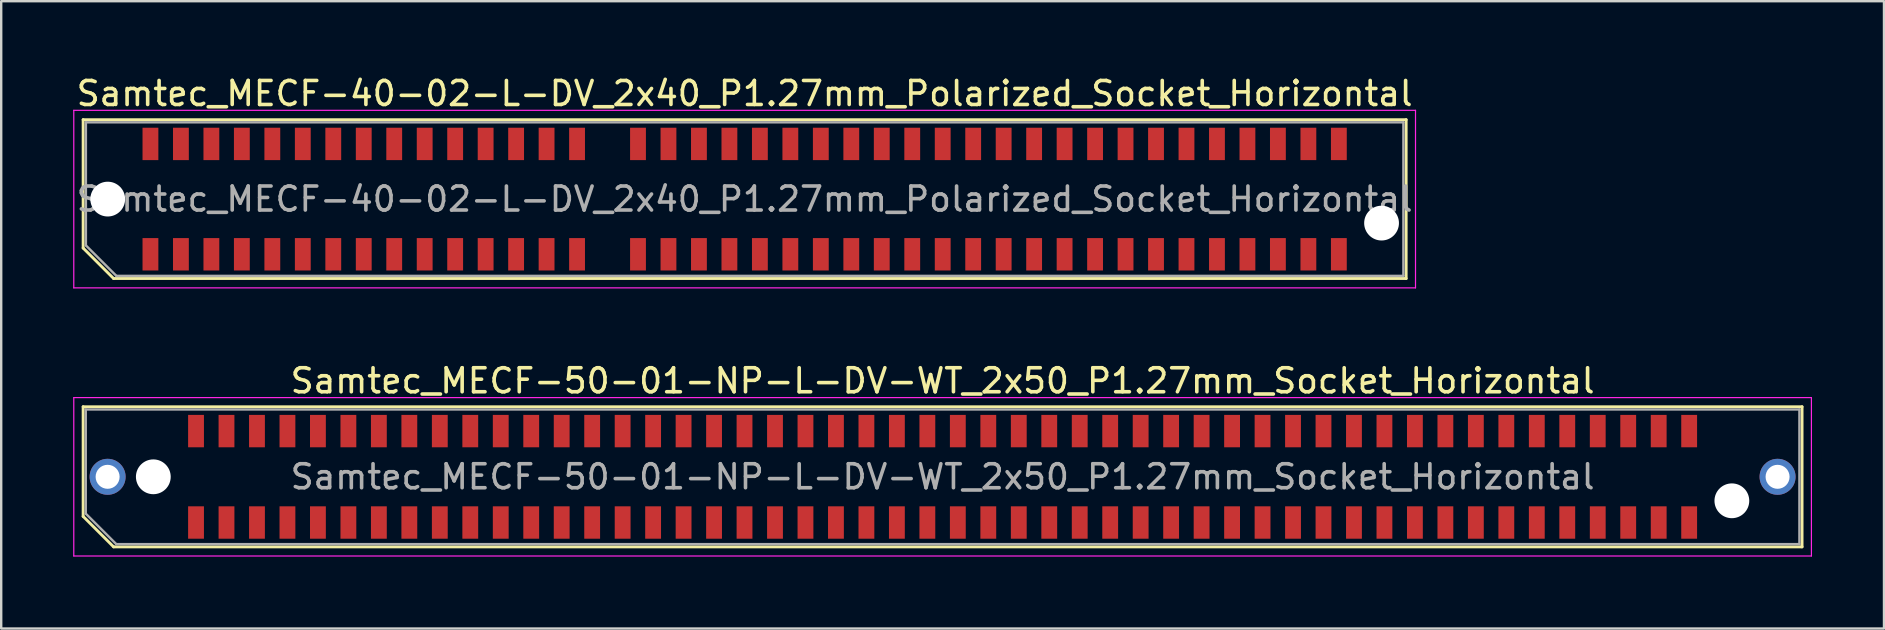
<source format=kicad_pcb>
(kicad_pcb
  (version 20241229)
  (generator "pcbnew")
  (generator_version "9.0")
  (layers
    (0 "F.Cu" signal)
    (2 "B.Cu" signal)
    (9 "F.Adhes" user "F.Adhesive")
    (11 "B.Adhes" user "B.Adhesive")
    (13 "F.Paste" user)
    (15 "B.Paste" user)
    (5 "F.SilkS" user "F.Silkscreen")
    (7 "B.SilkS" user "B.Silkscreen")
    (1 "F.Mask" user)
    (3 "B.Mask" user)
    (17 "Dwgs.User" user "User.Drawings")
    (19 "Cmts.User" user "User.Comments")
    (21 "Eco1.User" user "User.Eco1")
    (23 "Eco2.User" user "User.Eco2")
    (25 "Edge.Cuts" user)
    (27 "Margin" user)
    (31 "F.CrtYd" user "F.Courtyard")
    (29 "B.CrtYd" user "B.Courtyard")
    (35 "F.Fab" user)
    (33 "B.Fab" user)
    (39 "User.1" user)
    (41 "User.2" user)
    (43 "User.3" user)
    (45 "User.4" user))
  (footprint "Samtec_MECF-40-02-L-DV_2x40_P1.27mm_Polarized_Socket_Horizontal"
    (layer "F.Cu")
    (at 27.985 5.248)
    (property "Reference" "Samtec_MECF-40-02-L-DV_2x40_P1.27mm_Polarized_Socket_Horizontal" (at 0 -4.4 0) (layer "F.SilkS") (effects (font (size 1 1) (thickness 0.15))))
    (attr smd)
    (fp_line (start -27.57 -3.31) (end 27.57 -3.31) (stroke (width 0.12) (type solid)) (layer "F.SilkS"))
    (fp_line (start -27.57 2.04) (end -27.57 -3.31) (stroke (width 0.12) (type solid)) (layer "F.SilkS"))
    (fp_line (start -26.3 3.31) (end -27.57 2.04) (stroke (width 0.12) (type solid)) (layer "F.SilkS"))
    (fp_line (start -26.3 3.31) (end 27.57 3.31) (stroke (width 0.12) (type solid)) (layer "F.SilkS"))
    (fp_line (start 27.57 3.31) (end 27.57 -3.31) (stroke (width 0.12) (type solid)) (layer "F.SilkS"))
    (fp_line (start -27.96 -3.7) (end -27.96 3.7) (stroke (width 0.05) (type solid)) (layer "F.CrtYd"))
    (fp_line (start -27.96 3.7) (end 27.96 3.7) (stroke (width 0.05) (type solid)) (layer "F.CrtYd"))
    (fp_line (start 27.96 -3.7) (end -27.96 -3.7) (stroke (width 0.05) (type solid)) (layer "F.CrtYd"))
    (fp_line (start 27.96 3.7) (end 27.96 -3.7) (stroke (width 0.05) (type solid)) (layer "F.CrtYd"))
    (fp_line (start -27.455 -3.2) (end 27.455 -3.2) (stroke (width 0.1) (type solid)) (layer "F.Fab"))
    (fp_line (start -27.455 1.93) (end -27.455 -3.2) (stroke (width 0.1) (type solid)) (layer "F.Fab"))
    (fp_line (start -27.455 1.93) (end -26.185 3.2) (stroke (width 0.1) (type solid)) (layer "F.Fab"))
    (fp_line (start -26.185 3.2) (end 27.455 3.2) (stroke (width 0.1) (type solid)) (layer "F.Fab"))
    (fp_line (start 27.455 3.2) (end 27.455 -3.2) (stroke (width 0.1) (type solid)) (layer "F.Fab"))
    (fp_text user "${REFERENCE}" (at 0 0 0) (layer "F.Fab") (effects (font (size 1 1) (thickness 0.15))))
    (pad "" np_thru_hole circle (at -26.545 0) (size 1.45 1.45) (drill 1.45) (layers "*.Cu" "*.Mask"))
    (pad "" np_thru_hole circle (at 26.545 1) (size 1.45 1.45) (drill 1.45) (layers "*.Cu" "*.Mask"))
    (pad "1" smd rect (at -24.765 2.3) (size 0.66 1.35) (layers "F.Cu" "F.Mask" "F.Paste"))
    (pad "2" smd rect (at -24.765 -2.3) (size 0.66 1.35) (layers "F.Cu" "F.Mask" "F.Paste"))
    (pad "3" smd rect (at -23.495 2.3) (size 0.66 1.35) (layers "F.Cu" "F.Mask" "F.Paste"))
    (pad "4" smd rect (at -23.495 -2.3) (size 0.66 1.35) (layers "F.Cu" "F.Mask" "F.Paste"))
    (pad "5" smd rect (at -22.225 2.3) (size 0.66 1.35) (layers "F.Cu" "F.Mask" "F.Paste"))
    (pad "6" smd rect (at -22.225 -2.3) (size 0.66 1.35) (layers "F.Cu" "F.Mask" "F.Paste"))
    (pad "7" smd rect (at -20.955 2.3) (size 0.66 1.35) (layers "F.Cu" "F.Mask" "F.Paste"))
    (pad "8" smd rect (at -20.955 -2.3) (size 0.66 1.35) (layers "F.Cu" "F.Mask" "F.Paste"))
    (pad "9" smd rect (at -19.685 2.3) (size 0.66 1.35) (layers "F.Cu" "F.Mask" "F.Paste"))
    (pad "10" smd rect (at -19.685 -2.3) (size 0.66 1.35) (layers "F.Cu" "F.Mask" "F.Paste"))
    (pad "11" smd rect (at -18.415 2.3) (size 0.66 1.35) (layers "F.Cu" "F.Mask" "F.Paste"))
    (pad "12" smd rect (at -18.415 -2.3) (size 0.66 1.35) (layers "F.Cu" "F.Mask" "F.Paste"))
    (pad "13" smd rect (at -17.145 2.3) (size 0.66 1.35) (layers "F.Cu" "F.Mask" "F.Paste"))
    (pad "14" smd rect (at -17.145 -2.3) (size 0.66 1.35) (layers "F.Cu" "F.Mask" "F.Paste"))
    (pad "15" smd rect (at -15.875 2.3) (size 0.66 1.35) (layers "F.Cu" "F.Mask" "F.Paste"))
    (pad "16" smd rect (at -15.875 -2.3) (size 0.66 1.35) (layers "F.Cu" "F.Mask" "F.Paste"))
    (pad "17" smd rect (at -14.605 2.3) (size 0.66 1.35) (layers "F.Cu" "F.Mask" "F.Paste"))
    (pad "18" smd rect (at -14.605 -2.3) (size 0.66 1.35) (layers "F.Cu" "F.Mask" "F.Paste"))
    (pad "19" smd rect (at -13.335 2.3) (size 0.66 1.35) (layers "F.Cu" "F.Mask" "F.Paste"))
    (pad "20" smd rect (at -13.335 -2.3) (size 0.66 1.35) (layers "F.Cu" "F.Mask" "F.Paste"))
    (pad "21" smd rect (at -12.065 2.3) (size 0.66 1.35) (layers "F.Cu" "F.Mask" "F.Paste"))
    (pad "22" smd rect (at -12.065 -2.3) (size 0.66 1.35) (layers "F.Cu" "F.Mask" "F.Paste"))
    (pad "23" smd rect (at -10.795 2.3) (size 0.66 1.35) (layers "F.Cu" "F.Mask" "F.Paste"))
    (pad "24" smd rect (at -10.795 -2.3) (size 0.66 1.35) (layers "F.Cu" "F.Mask" "F.Paste"))
    (pad "25" smd rect (at -9.525 2.3) (size 0.66 1.35) (layers "F.Cu" "F.Mask" "F.Paste"))
    (pad "26" smd rect (at -9.525 -2.3) (size 0.66 1.35) (layers "F.Cu" "F.Mask" "F.Paste"))
    (pad "27" smd rect (at -8.255 2.3) (size 0.66 1.35) (layers "F.Cu" "F.Mask" "F.Paste"))
    (pad "28" smd rect (at -8.255 -2.3) (size 0.66 1.35) (layers "F.Cu" "F.Mask" "F.Paste"))
    (pad "29" smd rect (at -6.985 2.3) (size 0.66 1.35) (layers "F.Cu" "F.Mask" "F.Paste"))
    (pad "30" smd rect (at -6.985 -2.3) (size 0.66 1.35) (layers "F.Cu" "F.Mask" "F.Paste"))
    (pad "33" smd rect (at -4.445 2.3) (size 0.66 1.35) (layers "F.Cu" "F.Mask" "F.Paste"))
    (pad "34" smd rect (at -4.445 -2.3) (size 0.66 1.35) (layers "F.Cu" "F.Mask" "F.Paste"))
    (pad "35" smd rect (at -3.175 2.3) (size 0.66 1.35) (layers "F.Cu" "F.Mask" "F.Paste"))
    (pad "36" smd rect (at -3.175 -2.3) (size 0.66 1.35) (layers "F.Cu" "F.Mask" "F.Paste"))
    (pad "37" smd rect (at -1.905 2.3) (size 0.66 1.35) (layers "F.Cu" "F.Mask" "F.Paste"))
    (pad "38" smd rect (at -1.905 -2.3) (size 0.66 1.35) (layers "F.Cu" "F.Mask" "F.Paste"))
    (pad "39" smd rect (at -0.635 2.3) (size 0.66 1.35) (layers "F.Cu" "F.Mask" "F.Paste"))
    (pad "40" smd rect (at -0.635 -2.3) (size 0.66 1.35) (layers "F.Cu" "F.Mask" "F.Paste"))
    (pad "41" smd rect (at 0.635 2.3) (size 0.66 1.35) (layers "F.Cu" "F.Mask" "F.Paste"))
    (pad "42" smd rect (at 0.635 -2.3) (size 0.66 1.35) (layers "F.Cu" "F.Mask" "F.Paste"))
    (pad "43" smd rect (at 1.905 2.3) (size 0.66 1.35) (layers "F.Cu" "F.Mask" "F.Paste"))
    (pad "44" smd rect (at 1.905 -2.3) (size 0.66 1.35) (layers "F.Cu" "F.Mask" "F.Paste"))
    (pad "45" smd rect (at 3.175 2.3) (size 0.66 1.35) (layers "F.Cu" "F.Mask" "F.Paste"))
    (pad "46" smd rect (at 3.175 -2.3) (size 0.66 1.35) (layers "F.Cu" "F.Mask" "F.Paste"))
    (pad "47" smd rect (at 4.445 2.3) (size 0.66 1.35) (layers "F.Cu" "F.Mask" "F.Paste"))
    (pad "48" smd rect (at 4.445 -2.3) (size 0.66 1.35) (layers "F.Cu" "F.Mask" "F.Paste"))
    (pad "49" smd rect (at 5.715 2.3) (size 0.66 1.35) (layers "F.Cu" "F.Mask" "F.Paste"))
    (pad "50" smd rect (at 5.715 -2.3) (size 0.66 1.35) (layers "F.Cu" "F.Mask" "F.Paste"))
    (pad "51" smd rect (at 6.985 2.3) (size 0.66 1.35) (layers "F.Cu" "F.Mask" "F.Paste"))
    (pad "52" smd rect (at 6.985 -2.3) (size 0.66 1.35) (layers "F.Cu" "F.Mask" "F.Paste"))
    (pad "53" smd rect (at 8.255 2.3) (size 0.66 1.35) (layers "F.Cu" "F.Mask" "F.Paste"))
    (pad "54" smd rect (at 8.255 -2.3) (size 0.66 1.35) (layers "F.Cu" "F.Mask" "F.Paste"))
    (pad "55" smd rect (at 9.525 2.3) (size 0.66 1.35) (layers "F.Cu" "F.Mask" "F.Paste"))
    (pad "56" smd rect (at 9.525 -2.3) (size 0.66 1.35) (layers "F.Cu" "F.Mask" "F.Paste"))
    (pad "57" smd rect (at 10.795 2.3) (size 0.66 1.35) (layers "F.Cu" "F.Mask" "F.Paste"))
    (pad "58" smd rect (at 10.795 -2.3) (size 0.66 1.35) (layers "F.Cu" "F.Mask" "F.Paste"))
    (pad "59" smd rect (at 12.065 2.3) (size 0.66 1.35) (layers "F.Cu" "F.Mask" "F.Paste"))
    (pad "60" smd rect (at 12.065 -2.3) (size 0.66 1.35) (layers "F.Cu" "F.Mask" "F.Paste"))
    (pad "61" smd rect (at 13.335 2.3) (size 0.66 1.35) (layers "F.Cu" "F.Mask" "F.Paste"))
    (pad "62" smd rect (at 13.335 -2.3) (size 0.66 1.35) (layers "F.Cu" "F.Mask" "F.Paste"))
    (pad "63" smd rect (at 14.605 2.3) (size 0.66 1.35) (layers "F.Cu" "F.Mask" "F.Paste"))
    (pad "64" smd rect (at 14.605 -2.3) (size 0.66 1.35) (layers "F.Cu" "F.Mask" "F.Paste"))
    (pad "65" smd rect (at 15.875 2.3) (size 0.66 1.35) (layers "F.Cu" "F.Mask" "F.Paste"))
    (pad "66" smd rect (at 15.875 -2.3) (size 0.66 1.35) (layers "F.Cu" "F.Mask" "F.Paste"))
    (pad "67" smd rect (at 17.145 2.3) (size 0.66 1.35) (layers "F.Cu" "F.Mask" "F.Paste"))
    (pad "68" smd rect (at 17.145 -2.3) (size 0.66 1.35) (layers "F.Cu" "F.Mask" "F.Paste"))
    (pad "69" smd rect (at 18.415 2.3) (size 0.66 1.35) (layers "F.Cu" "F.Mask" "F.Paste"))
    (pad "70" smd rect (at 18.415 -2.3) (size 0.66 1.35) (layers "F.Cu" "F.Mask" "F.Paste"))
    (pad "71" smd rect (at 19.685 2.3) (size 0.66 1.35) (layers "F.Cu" "F.Mask" "F.Paste"))
    (pad "72" smd rect (at 19.685 -2.3) (size 0.66 1.35) (layers "F.Cu" "F.Mask" "F.Paste"))
    (pad "73" smd rect (at 20.955 2.3) (size 0.66 1.35) (layers "F.Cu" "F.Mask" "F.Paste"))
    (pad "74" smd rect (at 20.955 -2.3) (size 0.66 1.35) (layers "F.Cu" "F.Mask" "F.Paste"))
    (pad "75" smd rect (at 22.225 2.3) (size 0.66 1.35) (layers "F.Cu" "F.Mask" "F.Paste"))
    (pad "76" smd rect (at 22.225 -2.3) (size 0.66 1.35) (layers "F.Cu" "F.Mask" "F.Paste"))
    (pad "77" smd rect (at 23.495 2.3) (size 0.66 1.35) (layers "F.Cu" "F.Mask" "F.Paste"))
    (pad "78" smd rect (at 23.495 -2.3) (size 0.66 1.35) (layers "F.Cu" "F.Mask" "F.Paste"))
    (pad "79" smd rect (at 24.765 2.3) (size 0.66 1.35) (layers "F.Cu" "F.Mask" "F.Paste"))
    (pad "80" smd rect (at 24.765 -2.3) (size 0.66 1.35) (layers "F.Cu" "F.Mask" "F.Paste")))
  (footprint "Samtec_MECF-50-01-NP-L-DV-WT_2x50_P1.27mm_Socket_Horizontal"
    (layer "F.Cu")
    (at 36.235 16.822)
    (property "Reference" "Samtec_MECF-50-01-NP-L-DV-WT_2x50_P1.27mm_Socket_Horizontal" (at 0 -4 0) (layer "F.SilkS") (effects (font (size 1 1) (thickness 0.15))))
    (attr smd)
    (fp_line (start -35.82 -2.92) (end 35.82 -2.92) (stroke (width 0.12) (type solid)) (layer "F.SilkS"))
    (fp_line (start -35.82 1.65) (end -35.82 -2.92) (stroke (width 0.12) (type solid)) (layer "F.SilkS"))
    (fp_line (start -34.55 2.92) (end -35.82 1.65) (stroke (width 0.12) (type solid)) (layer "F.SilkS"))
    (fp_line (start -34.55 2.92) (end 35.82 2.92) (stroke (width 0.12) (type solid)) (layer "F.SilkS"))
    (fp_line (start 35.82 2.92) (end 35.82 -2.92) (stroke (width 0.12) (type solid)) (layer "F.SilkS"))
    (fp_line (start -36.21 -3.3) (end -36.21 3.3) (stroke (width 0.05) (type solid)) (layer "F.CrtYd"))
    (fp_line (start -36.21 3.3) (end 36.21 3.3) (stroke (width 0.05) (type solid)) (layer "F.CrtYd"))
    (fp_line (start 36.21 -3.3) (end -36.21 -3.3) (stroke (width 0.05) (type solid)) (layer "F.CrtYd"))
    (fp_line (start 36.21 3.3) (end 36.21 -3.3) (stroke (width 0.05) (type solid)) (layer "F.CrtYd"))
    (fp_line (start -35.71 -2.805) (end 35.71 -2.805) (stroke (width 0.1) (type solid)) (layer "F.Fab"))
    (fp_line (start -35.71 1.535) (end -35.71 -2.805) (stroke (width 0.1) (type solid)) (layer "F.Fab"))
    (fp_line (start -35.71 1.535) (end -34.44 2.805) (stroke (width 0.1) (type solid)) (layer "F.Fab"))
    (fp_line (start -34.44 2.805) (end 35.71 2.805) (stroke (width 0.1) (type solid)) (layer "F.Fab"))
    (fp_line (start 35.71 2.805) (end 35.71 -2.805) (stroke (width 0.1) (type solid)) (layer "F.Fab"))
    (fp_text user "${REFERENCE}" (at 0 0 0) (layer "F.Fab") (effects (font (size 1 1) (thickness 0.15))))
    (pad "" thru_hole circle (at -34.8 0) (size 1.5 1.5) (drill 1) (layers "*.Cu" "*.Mask"))
    (pad "" np_thru_hole circle (at -32.895 0) (size 1.45 1.45) (drill 1.45) (layers "*.Cu" "*.Mask"))
    (pad "" np_thru_hole circle (at 32.895 1) (size 1.45 1.45) (drill 1.45) (layers "*.Cu" "*.Mask"))
    (pad "" thru_hole circle (at 34.8 0) (size 1.5 1.5) (drill 1) (layers "*.Cu" "*.Mask"))
    (pad "1" smd rect (at -31.115 1.905) (size 0.66 1.35) (layers "F.Cu" "F.Mask" "F.Paste"))
    (pad "2" smd rect (at -31.115 -1.905) (size 0.66 1.35) (layers "F.Cu" "F.Mask" "F.Paste"))
    (pad "3" smd rect (at -29.845 1.905) (size 0.66 1.35) (layers "F.Cu" "F.Mask" "F.Paste"))
    (pad "4" smd rect (at -29.845 -1.905) (size 0.66 1.35) (layers "F.Cu" "F.Mask" "F.Paste"))
    (pad "5" smd rect (at -28.575 1.905) (size 0.66 1.35) (layers "F.Cu" "F.Mask" "F.Paste"))
    (pad "6" smd rect (at -28.575 -1.905) (size 0.66 1.35) (layers "F.Cu" "F.Mask" "F.Paste"))
    (pad "7" smd rect (at -27.305 1.905) (size 0.66 1.35) (layers "F.Cu" "F.Mask" "F.Paste"))
    (pad "8" smd rect (at -27.305 -1.905) (size 0.66 1.35) (layers "F.Cu" "F.Mask" "F.Paste"))
    (pad "9" smd rect (at -26.035 1.905) (size 0.66 1.35) (layers "F.Cu" "F.Mask" "F.Paste"))
    (pad "10" smd rect (at -26.035 -1.905) (size 0.66 1.35) (layers "F.Cu" "F.Mask" "F.Paste"))
    (pad "11" smd rect (at -24.765 1.905) (size 0.66 1.35) (layers "F.Cu" "F.Mask" "F.Paste"))
    (pad "12" smd rect (at -24.765 -1.905) (size 0.66 1.35) (layers "F.Cu" "F.Mask" "F.Paste"))
    (pad "13" smd rect (at -23.495 1.905) (size 0.66 1.35) (layers "F.Cu" "F.Mask" "F.Paste"))
    (pad "14" smd rect (at -23.495 -1.905) (size 0.66 1.35) (layers "F.Cu" "F.Mask" "F.Paste"))
    (pad "15" smd rect (at -22.225 1.905) (size 0.66 1.35) (layers "F.Cu" "F.Mask" "F.Paste"))
    (pad "16" smd rect (at -22.225 -1.905) (size 0.66 1.35) (layers "F.Cu" "F.Mask" "F.Paste"))
    (pad "17" smd rect (at -20.955 1.905) (size 0.66 1.35) (layers "F.Cu" "F.Mask" "F.Paste"))
    (pad "18" smd rect (at -20.955 -1.905) (size 0.66 1.35) (layers "F.Cu" "F.Mask" "F.Paste"))
    (pad "19" smd rect (at -19.685 1.905) (size 0.66 1.35) (layers "F.Cu" "F.Mask" "F.Paste"))
    (pad "20" smd rect (at -19.685 -1.905) (size 0.66 1.35) (layers "F.Cu" "F.Mask" "F.Paste"))
    (pad "21" smd rect (at -18.415 1.905) (size 0.66 1.35) (layers "F.Cu" "F.Mask" "F.Paste"))
    (pad "22" smd rect (at -18.415 -1.905) (size 0.66 1.35) (layers "F.Cu" "F.Mask" "F.Paste"))
    (pad "23" smd rect (at -17.145 1.905) (size 0.66 1.35) (layers "F.Cu" "F.Mask" "F.Paste"))
    (pad "24" smd rect (at -17.145 -1.905) (size 0.66 1.35) (layers "F.Cu" "F.Mask" "F.Paste"))
    (pad "25" smd rect (at -15.875 1.905) (size 0.66 1.35) (layers "F.Cu" "F.Mask" "F.Paste"))
    (pad "26" smd rect (at -15.875 -1.905) (size 0.66 1.35) (layers "F.Cu" "F.Mask" "F.Paste"))
    (pad "27" smd rect (at -14.605 1.905) (size 0.66 1.35) (layers "F.Cu" "F.Mask" "F.Paste"))
    (pad "28" smd rect (at -14.605 -1.905) (size 0.66 1.35) (layers "F.Cu" "F.Mask" "F.Paste"))
    (pad "29" smd rect (at -13.335 1.905) (size 0.66 1.35) (layers "F.Cu" "F.Mask" "F.Paste"))
    (pad "30" smd rect (at -13.335 -1.905) (size 0.66 1.35) (layers "F.Cu" "F.Mask" "F.Paste"))
    (pad "31" smd rect (at -12.065 1.905) (size 0.66 1.35) (layers "F.Cu" "F.Mask" "F.Paste"))
    (pad "32" smd rect (at -12.065 -1.905) (size 0.66 1.35) (layers "F.Cu" "F.Mask" "F.Paste"))
    (pad "33" smd rect (at -10.795 1.905) (size 0.66 1.35) (layers "F.Cu" "F.Mask" "F.Paste"))
    (pad "34" smd rect (at -10.795 -1.905) (size 0.66 1.35) (layers "F.Cu" "F.Mask" "F.Paste"))
    (pad "35" smd rect (at -9.525 1.905) (size 0.66 1.35) (layers "F.Cu" "F.Mask" "F.Paste"))
    (pad "36" smd rect (at -9.525 -1.905) (size 0.66 1.35) (layers "F.Cu" "F.Mask" "F.Paste"))
    (pad "37" smd rect (at -8.255 1.905) (size 0.66 1.35) (layers "F.Cu" "F.Mask" "F.Paste"))
    (pad "38" smd rect (at -8.255 -1.905) (size 0.66 1.35) (layers "F.Cu" "F.Mask" "F.Paste"))
    (pad "39" smd rect (at -6.985 1.905) (size 0.66 1.35) (layers "F.Cu" "F.Mask" "F.Paste"))
    (pad "40" smd rect (at -6.985 -1.905) (size 0.66 1.35) (layers "F.Cu" "F.Mask" "F.Paste"))
    (pad "41" smd rect (at -5.715 1.905) (size 0.66 1.35) (layers "F.Cu" "F.Mask" "F.Paste"))
    (pad "42" smd rect (at -5.715 -1.905) (size 0.66 1.35) (layers "F.Cu" "F.Mask" "F.Paste"))
    (pad "43" smd rect (at -4.445 1.905) (size 0.66 1.35) (layers "F.Cu" "F.Mask" "F.Paste"))
    (pad "44" smd rect (at -4.445 -1.905) (size 0.66 1.35) (layers "F.Cu" "F.Mask" "F.Paste"))
    (pad "45" smd rect (at -3.175 1.905) (size 0.66 1.35) (layers "F.Cu" "F.Mask" "F.Paste"))
    (pad "46" smd rect (at -3.175 -1.905) (size 0.66 1.35) (layers "F.Cu" "F.Mask" "F.Paste"))
    (pad "47" smd rect (at -1.905 1.905) (size 0.66 1.35) (layers "F.Cu" "F.Mask" "F.Paste"))
    (pad "48" smd rect (at -1.905 -1.905) (size 0.66 1.35) (layers "F.Cu" "F.Mask" "F.Paste"))
    (pad "49" smd rect (at -0.635 1.905) (size 0.66 1.35) (layers "F.Cu" "F.Mask" "F.Paste"))
    (pad "50" smd rect (at -0.635 -1.905) (size 0.66 1.35) (layers "F.Cu" "F.Mask" "F.Paste"))
    (pad "51" smd rect (at 0.635 1.905) (size 0.66 1.35) (layers "F.Cu" "F.Mask" "F.Paste"))
    (pad "52" smd rect (at 0.635 -1.905) (size 0.66 1.35) (layers "F.Cu" "F.Mask" "F.Paste"))
    (pad "53" smd rect (at 1.905 1.905) (size 0.66 1.35) (layers "F.Cu" "F.Mask" "F.Paste"))
    (pad "54" smd rect (at 1.905 -1.905) (size 0.66 1.35) (layers "F.Cu" "F.Mask" "F.Paste"))
    (pad "55" smd rect (at 3.175 1.905) (size 0.66 1.35) (layers "F.Cu" "F.Mask" "F.Paste"))
    (pad "56" smd rect (at 3.175 -1.905) (size 0.66 1.35) (layers "F.Cu" "F.Mask" "F.Paste"))
    (pad "57" smd rect (at 4.445 1.905) (size 0.66 1.35) (layers "F.Cu" "F.Mask" "F.Paste"))
    (pad "58" smd rect (at 4.445 -1.905) (size 0.66 1.35) (layers "F.Cu" "F.Mask" "F.Paste"))
    (pad "59" smd rect (at 5.715 1.905) (size 0.66 1.35) (layers "F.Cu" "F.Mask" "F.Paste"))
    (pad "60" smd rect (at 5.715 -1.905) (size 0.66 1.35) (layers "F.Cu" "F.Mask" "F.Paste"))
    (pad "61" smd rect (at 6.985 1.905) (size 0.66 1.35) (layers "F.Cu" "F.Mask" "F.Paste"))
    (pad "62" smd rect (at 6.985 -1.905) (size 0.66 1.35) (layers "F.Cu" "F.Mask" "F.Paste"))
    (pad "63" smd rect (at 8.255 1.905) (size 0.66 1.35) (layers "F.Cu" "F.Mask" "F.Paste"))
    (pad "64" smd rect (at 8.255 -1.905) (size 0.66 1.35) (layers "F.Cu" "F.Mask" "F.Paste"))
    (pad "65" smd rect (at 9.525 1.905) (size 0.66 1.35) (layers "F.Cu" "F.Mask" "F.Paste"))
    (pad "66" smd rect (at 9.525 -1.905) (size 0.66 1.35) (layers "F.Cu" "F.Mask" "F.Paste"))
    (pad "67" smd rect (at 10.795 1.905) (size 0.66 1.35) (layers "F.Cu" "F.Mask" "F.Paste"))
    (pad "68" smd rect (at 10.795 -1.905) (size 0.66 1.35) (layers "F.Cu" "F.Mask" "F.Paste"))
    (pad "69" smd rect (at 12.065 1.905) (size 0.66 1.35) (layers "F.Cu" "F.Mask" "F.Paste"))
    (pad "70" smd rect (at 12.065 -1.905) (size 0.66 1.35) (layers "F.Cu" "F.Mask" "F.Paste"))
    (pad "71" smd rect (at 13.335 1.905) (size 0.66 1.35) (layers "F.Cu" "F.Mask" "F.Paste"))
    (pad "72" smd rect (at 13.335 -1.905) (size 0.66 1.35) (layers "F.Cu" "F.Mask" "F.Paste"))
    (pad "73" smd rect (at 14.605 1.905) (size 0.66 1.35) (layers "F.Cu" "F.Mask" "F.Paste"))
    (pad "74" smd rect (at 14.605 -1.905) (size 0.66 1.35) (layers "F.Cu" "F.Mask" "F.Paste"))
    (pad "75" smd rect (at 15.875 1.905) (size 0.66 1.35) (layers "F.Cu" "F.Mask" "F.Paste"))
    (pad "76" smd rect (at 15.875 -1.905) (size 0.66 1.35) (layers "F.Cu" "F.Mask" "F.Paste"))
    (pad "77" smd rect (at 17.145 1.905) (size 0.66 1.35) (layers "F.Cu" "F.Mask" "F.Paste"))
    (pad "78" smd rect (at 17.145 -1.905) (size 0.66 1.35) (layers "F.Cu" "F.Mask" "F.Paste"))
    (pad "79" smd rect (at 18.415 1.905) (size 0.66 1.35) (layers "F.Cu" "F.Mask" "F.Paste"))
    (pad "80" smd rect (at 18.415 -1.905) (size 0.66 1.35) (layers "F.Cu" "F.Mask" "F.Paste"))
    (pad "81" smd rect (at 19.685 1.905) (size 0.66 1.35) (layers "F.Cu" "F.Mask" "F.Paste"))
    (pad "82" smd rect (at 19.685 -1.905) (size 0.66 1.35) (layers "F.Cu" "F.Mask" "F.Paste"))
    (pad "83" smd rect (at 20.955 1.905) (size 0.66 1.35) (layers "F.Cu" "F.Mask" "F.Paste"))
    (pad "84" smd rect (at 20.955 -1.905) (size 0.66 1.35) (layers "F.Cu" "F.Mask" "F.Paste"))
    (pad "85" smd rect (at 22.225 1.905) (size 0.66 1.35) (layers "F.Cu" "F.Mask" "F.Paste"))
    (pad "86" smd rect (at 22.225 -1.905) (size 0.66 1.35) (layers "F.Cu" "F.Mask" "F.Paste"))
    (pad "87" smd rect (at 23.495 1.905) (size 0.66 1.35) (layers "F.Cu" "F.Mask" "F.Paste"))
    (pad "88" smd rect (at 23.495 -1.905) (size 0.66 1.35) (layers "F.Cu" "F.Mask" "F.Paste"))
    (pad "89" smd rect (at 24.765 1.905) (size 0.66 1.35) (layers "F.Cu" "F.Mask" "F.Paste"))
    (pad "90" smd rect (at 24.765 -1.905) (size 0.66 1.35) (layers "F.Cu" "F.Mask" "F.Paste"))
    (pad "91" smd rect (at 26.035 1.905) (size 0.66 1.35) (layers "F.Cu" "F.Mask" "F.Paste"))
    (pad "92" smd rect (at 26.035 -1.905) (size 0.66 1.35) (layers "F.Cu" "F.Mask" "F.Paste"))
    (pad "93" smd rect (at 27.305 1.905) (size 0.66 1.35) (layers "F.Cu" "F.Mask" "F.Paste"))
    (pad "94" smd rect (at 27.305 -1.905) (size 0.66 1.35) (layers "F.Cu" "F.Mask" "F.Paste"))
    (pad "95" smd rect (at 28.575 1.905) (size 0.66 1.35) (layers "F.Cu" "F.Mask" "F.Paste"))
    (pad "96" smd rect (at 28.575 -1.905) (size 0.66 1.35) (layers "F.Cu" "F.Mask" "F.Paste"))
    (pad "97" smd rect (at 29.845 1.905) (size 0.66 1.35) (layers "F.Cu" "F.Mask" "F.Paste"))
    (pad "98" smd rect (at 29.845 -1.905) (size 0.66 1.35) (layers "F.Cu" "F.Mask" "F.Paste"))
    (pad "99" smd rect (at 31.115 1.905) (size 0.66 1.35) (layers "F.Cu" "F.Mask" "F.Paste"))
    (pad "100" smd rect (at 31.115 -1.905) (size 0.66 1.35) (layers "F.Cu" "F.Mask" "F.Paste")))
  (gr_rect
    (start -3 -3)
    (end 75.47 23.146)
    (stroke (width 0.1) (type default))
    (fill no)
    (layer "Edge.Cuts")))
</source>
